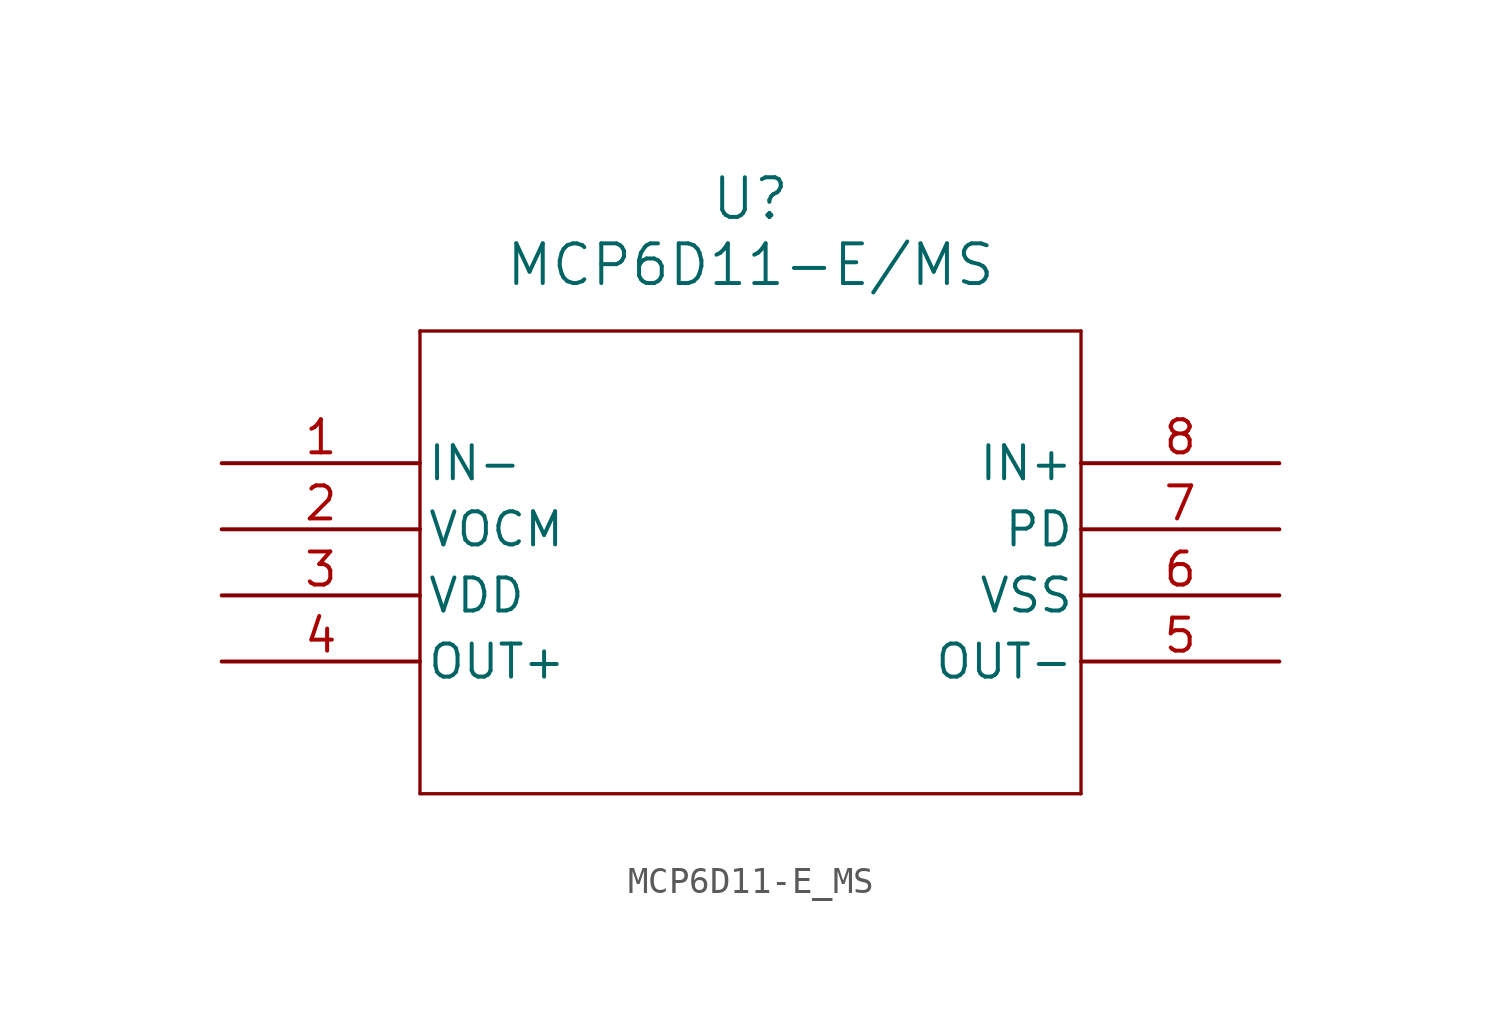
<source format=kicad_sym>
(kicad_symbol_lib
  (version 20211014)
  (generator kicad_symbol_editor)
  (symbol "MCP6D11-E_MS"
    (pin_names
      (offset 0.254))
    (property "Reference" "U"
      (at 20.32 10.16 0)
      (effects (font (size 1.524 1.524))))
    (property "Value" "MCP6D11-E/MS"
      (at 20.32 7.62 0)
      (effects (font (size 1.524 1.524))))
    (symbol "MCP6D11-E_MS_0_1"
      (polyline (pts (xy 7.62 5.08) (xy 7.62 -12.7)) (stroke (width 0.127) (type default) (color 0 0 0 0)) (fill (type none)))
      (polyline (pts (xy 7.62 -12.7) (xy 33.02 -12.7)) (stroke (width 0.127) (type default) (color 0 0 0 0)) (fill (type none)))
      (polyline (pts (xy 33.02 -12.7) (xy 33.02 5.08)) (stroke (width 0.127) (type default) (color 0 0 0 0)) (fill (type none)))
      (polyline (pts (xy 33.02 5.08) (xy 7.62 5.08)) (stroke (width 0.127) (type default) (color 0 0 0 0)) (fill (type none)))
      (pin input line (at 0 0 0) (length 7.62) (name "IN-" (effects (font (size 1.27 1.27)))) (number "1" (effects (font (size 1.27 1.27)))))
      (pin bidirectional line (at 0 -2.54 0) (length 7.62) (name "VOCM" (effects (font (size 1.27 1.27)))) (number "2" (effects (font (size 1.27 1.27)))))
      (pin power_in line (at 0 -5.08 0) (length 7.62) (name "VDD" (effects (font (size 1.27 1.27)))) (number "3" (effects (font (size 1.27 1.27)))))
      (pin output line (at 0 -7.62 0) (length 7.62) (name "OUT+" (effects (font (size 1.27 1.27)))) (number "4" (effects (font (size 1.27 1.27)))))
      (pin output line (at 40.64 -7.62 180) (length 7.62) (name "OUT-" (effects (font (size 1.27 1.27)))) (number "5" (effects (font (size 1.27 1.27)))))
      (pin power_out line (at 40.64 -5.08 180) (length 7.62) (name "VSS" (effects (font (size 1.27 1.27)))) (number "6" (effects (font (size 1.27 1.27)))))
      (pin power_in line (at 40.64 -2.54 180) (length 7.62) (name "PD" (effects (font (size 1.27 1.27)))) (number "7" (effects (font (size 1.27 1.27)))))
      (pin input line (at 40.64 0 180) (length 7.62) (name "IN+" (effects (font (size 1.27 1.27)))) (number "8" (effects (font (size 1.27 1.27))))))))
</source>
